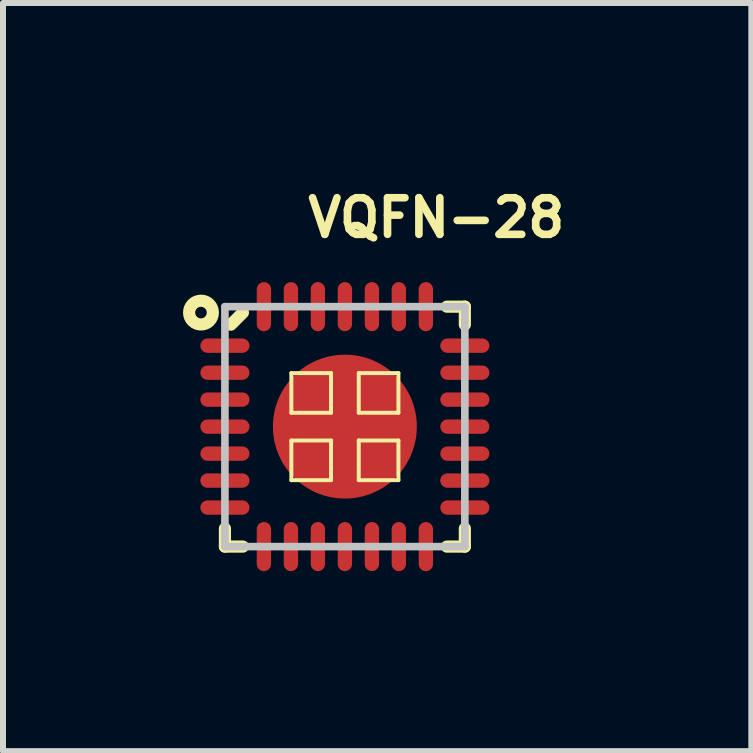
<source format=kicad_pcb>
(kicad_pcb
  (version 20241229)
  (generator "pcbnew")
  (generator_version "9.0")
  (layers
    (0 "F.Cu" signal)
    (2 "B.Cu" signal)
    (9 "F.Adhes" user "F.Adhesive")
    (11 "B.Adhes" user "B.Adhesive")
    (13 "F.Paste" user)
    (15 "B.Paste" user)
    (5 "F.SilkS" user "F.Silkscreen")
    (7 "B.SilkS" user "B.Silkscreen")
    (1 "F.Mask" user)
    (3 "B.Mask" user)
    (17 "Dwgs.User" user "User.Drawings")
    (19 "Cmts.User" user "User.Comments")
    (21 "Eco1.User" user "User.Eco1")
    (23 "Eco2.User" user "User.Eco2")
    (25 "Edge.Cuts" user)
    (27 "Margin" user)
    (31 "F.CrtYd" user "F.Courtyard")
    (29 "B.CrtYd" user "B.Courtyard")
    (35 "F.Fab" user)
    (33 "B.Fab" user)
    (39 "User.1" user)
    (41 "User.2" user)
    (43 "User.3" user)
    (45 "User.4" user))
  (footprint "VQFN-28"
    (layer "F.Cu")
    (at 2.697 4.059)
    (property "Reference" "VQFN-28" (at 1.524 -3.48 0) (layer "F.SilkS") (effects (font (size 0.61 0.61) (thickness 0.127))))
    (attr smd)
    (fp_line (start -1.999 1.999) (end -1.999 1.699) (stroke (width 0.203) (type solid)) (layer "F.SilkS"))
    (fp_line (start -1.999 1.999) (end -1.699 1.999) (stroke (width 0.203) (type solid)) (layer "F.SilkS"))
    (fp_line (start -1.9 -1.699) (end -1.699 -1.9) (stroke (width 0.203) (type solid)) (layer "F.SilkS"))
    (fp_line (start -0.892 -0.892) (end -0.231 -0.892) (stroke (width 0.066) (type solid)) (layer "F.SilkS"))
    (fp_line (start -0.892 -0.231) (end -0.892 -0.892) (stroke (width 0.066) (type solid)) (layer "F.SilkS"))
    (fp_line (start -0.892 -0.231) (end -0.231 -0.231) (stroke (width 0.066) (type solid)) (layer "F.SilkS"))
    (fp_line (start -0.892 0.231) (end -0.231 0.231) (stroke (width 0.066) (type solid)) (layer "F.SilkS"))
    (fp_line (start -0.892 0.892) (end -0.892 0.231) (stroke (width 0.066) (type solid)) (layer "F.SilkS"))
    (fp_line (start -0.892 0.892) (end -0.231 0.892) (stroke (width 0.066) (type solid)) (layer "F.SilkS"))
    (fp_line (start -0.231 -0.231) (end -0.231 -0.892) (stroke (width 0.066) (type solid)) (layer "F.SilkS"))
    (fp_line (start -0.231 0.892) (end -0.231 0.231) (stroke (width 0.066) (type solid)) (layer "F.SilkS"))
    (fp_line (start 0.231 -0.892) (end 0.892 -0.892) (stroke (width 0.066) (type solid)) (layer "F.SilkS"))
    (fp_line (start 0.231 -0.231) (end 0.231 -0.892) (stroke (width 0.066) (type solid)) (layer "F.SilkS"))
    (fp_line (start 0.231 -0.231) (end 0.892 -0.231) (stroke (width 0.066) (type solid)) (layer "F.SilkS"))
    (fp_line (start 0.231 0.231) (end 0.892 0.231) (stroke (width 0.066) (type solid)) (layer "F.SilkS"))
    (fp_line (start 0.231 0.892) (end 0.231 0.231) (stroke (width 0.066) (type solid)) (layer "F.SilkS"))
    (fp_line (start 0.231 0.892) (end 0.892 0.892) (stroke (width 0.066) (type solid)) (layer "F.SilkS"))
    (fp_line (start 0.892 -0.231) (end 0.892 -0.892) (stroke (width 0.066) (type solid)) (layer "F.SilkS"))
    (fp_line (start 0.892 0.892) (end 0.892 0.231) (stroke (width 0.066) (type solid)) (layer "F.SilkS"))
    (fp_line (start 1.999 -1.999) (end 1.699 -1.999) (stroke (width 0.203) (type solid)) (layer "F.SilkS"))
    (fp_line (start 1.999 -1.999) (end 1.999 -1.699) (stroke (width 0.203) (type solid)) (layer "F.SilkS"))
    (fp_line (start 1.999 1.999) (end 1.699 1.999) (stroke (width 0.203) (type solid)) (layer "F.SilkS"))
    (fp_line (start 1.999 1.999) (end 1.999 1.699) (stroke (width 0.203) (type solid)) (layer "F.SilkS"))
    (fp_circle (center -2.398 -1.9) (end -2.398 -2.098) (stroke (width 0.203) (type solid)) (fill no) (layer "F.SilkS"))
    (fp_line (start -1.999 -1.999) (end 1.999 -1.999) (stroke (width 0.127) (type solid)) (layer "Dwgs.User"))
    (fp_line (start -1.999 1.999) (end -1.999 -1.999) (stroke (width 0.127) (type solid)) (layer "Dwgs.User"))
    (fp_line (start 1.999 -1.999) (end 1.999 1.999) (stroke (width 0.127) (type solid)) (layer "Dwgs.User"))
    (fp_line (start 1.999 1.999) (end -1.999 1.999) (stroke (width 0.127) (type solid)) (layer "Dwgs.User"))
    (pad "1" smd oval (at -1.999 -1.349) (size 0.818 0.239) (layers "F.Cu" "F.Mask" "F.Paste"))
    (pad "2" smd oval (at -1.999 -0.899) (size 0.818 0.239) (layers "F.Cu" "F.Mask" "F.Paste"))
    (pad "3" smd oval (at -1.999 -0.45) (size 0.818 0.239) (layers "F.Cu" "F.Mask" "F.Paste"))
    (pad "4" smd oval (at -1.999 0) (size 0.818 0.239) (layers "F.Cu" "F.Mask" "F.Paste"))
    (pad "5" smd oval (at -1.999 0.45) (size 0.818 0.239) (layers "F.Cu" "F.Mask" "F.Paste"))
    (pad "6" smd oval (at -1.999 0.899) (size 0.818 0.239) (layers "F.Cu" "F.Mask" "F.Paste"))
    (pad "7" smd oval (at -1.999 1.349) (size 0.818 0.239) (layers "F.Cu" "F.Mask" "F.Paste"))
    (pad "8" smd oval (at -1.349 1.999 90) (size 0.818 0.239) (layers "F.Cu" "F.Mask" "F.Paste"))
    (pad "9" smd oval (at -0.899 1.999 90) (size 0.818 0.239) (layers "F.Cu" "F.Mask" "F.Paste"))
    (pad "10" smd oval (at -0.45 1.999 90) (size 0.818 0.239) (layers "F.Cu" "F.Mask" "F.Paste"))
    (pad "11" smd oval (at 0 1.999 90) (size 0.818 0.239) (layers "F.Cu" "F.Mask" "F.Paste"))
    (pad "12" smd oval (at 0.45 1.999 90) (size 0.818 0.239) (layers "F.Cu" "F.Mask" "F.Paste"))
    (pad "13" smd oval (at 0.899 1.999 90) (size 0.818 0.239) (layers "F.Cu" "F.Mask" "F.Paste"))
    (pad "14" smd oval (at 1.349 1.999 90) (size 0.818 0.239) (layers "F.Cu" "F.Mask" "F.Paste"))
    (pad "15" smd oval (at 1.999 1.349 180) (size 0.818 0.239) (layers "F.Cu" "F.Mask" "F.Paste"))
    (pad "16" smd oval (at 1.999 0.899 180) (size 0.818 0.239) (layers "F.Cu" "F.Mask" "F.Paste"))
    (pad "17" smd oval (at 1.999 0.45 180) (size 0.818 0.239) (layers "F.Cu" "F.Mask" "F.Paste"))
    (pad "18" smd oval (at 1.999 0 180) (size 0.818 0.239) (layers "F.Cu" "F.Mask" "F.Paste"))
    (pad "19" smd oval (at 1.999 -0.45 180) (size 0.818 0.239) (layers "F.Cu" "F.Mask" "F.Paste"))
    (pad "20" smd oval (at 1.999 -0.899 180) (size 0.818 0.239) (layers "F.Cu" "F.Mask" "F.Paste"))
    (pad "21" smd oval (at 1.999 -1.349 180) (size 0.818 0.239) (layers "F.Cu" "F.Mask" "F.Paste"))
    (pad "22" smd oval (at 1.349 -1.999 270) (size 0.818 0.239) (layers "F.Cu" "F.Mask" "F.Paste"))
    (pad "23" smd oval (at 0.899 -1.999 270) (size 0.818 0.239) (layers "F.Cu" "F.Mask" "F.Paste"))
    (pad "24" smd oval (at 0.45 -1.999 270) (size 0.818 0.239) (layers "F.Cu" "F.Mask" "F.Paste"))
    (pad "25" smd oval (at 0 -1.999 270) (size 0.818 0.239) (layers "F.Cu" "F.Mask" "F.Paste"))
    (pad "26" smd oval (at -0.45 -1.999 270) (size 0.818 0.239) (layers "F.Cu" "F.Mask" "F.Paste"))
    (pad "27" smd oval (at -0.899 -1.999 270) (size 0.818 0.239) (layers "F.Cu" "F.Mask" "F.Paste"))
    (pad "28" smd oval (at -1.349 -1.999 270) (size 0.818 0.239) (layers "F.Cu" "F.Mask" "F.Paste"))
    (pad "PAD" smd oval (at 0 0) (size 2.398 2.398) (layers "F.Cu" "F.Mask" "F.Paste")))
  (gr_rect
    (start -3 -3)
    (end 9.47 9.467)
    (stroke (width 0.1) (type default))
    (fill no)
    (layer "Edge.Cuts")))
</source>
